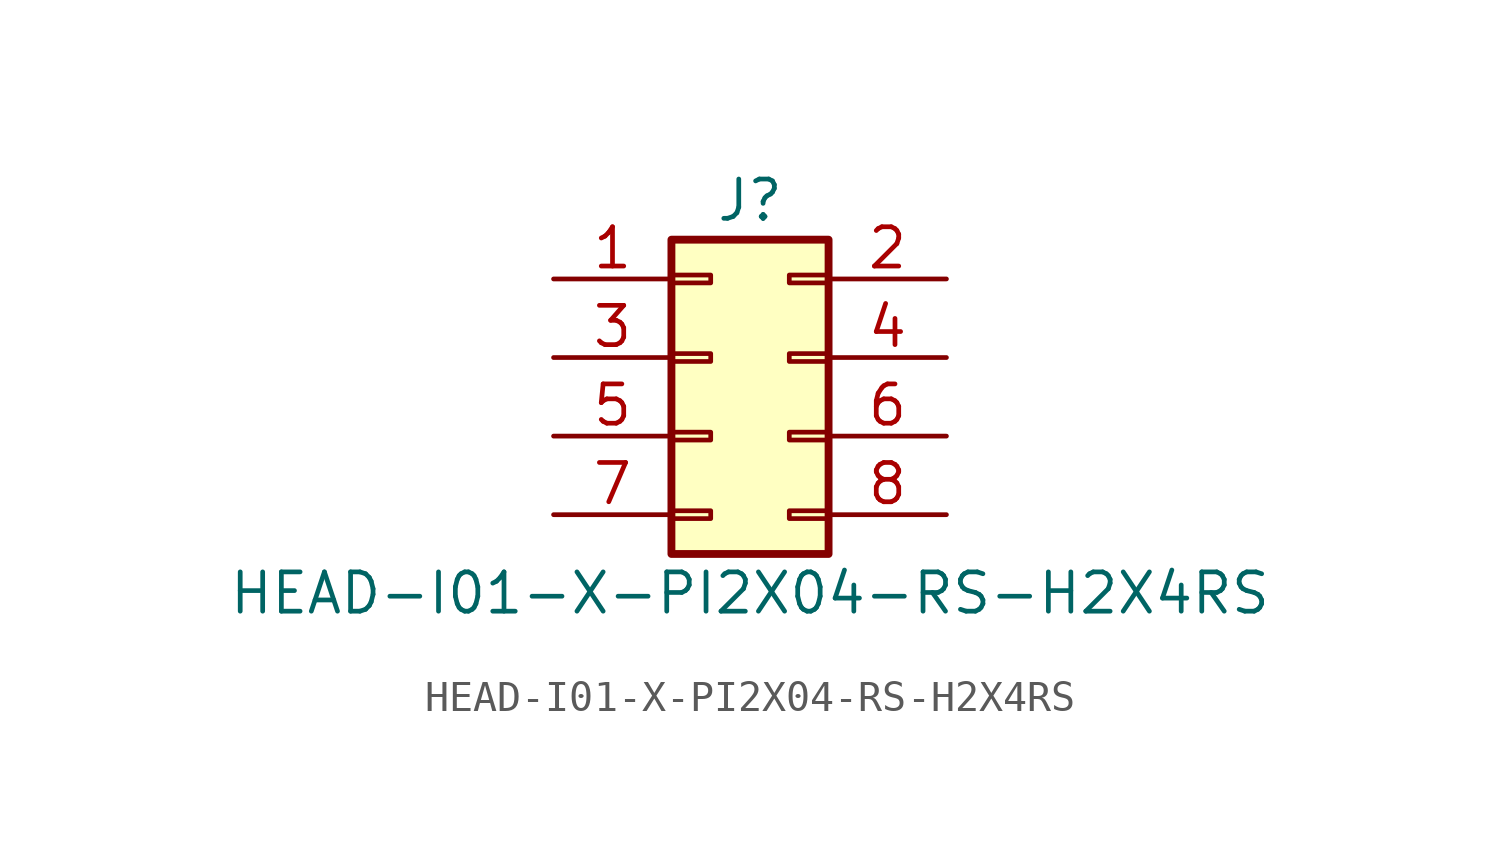
<source format=kicad_sym>
(kicad_symbol_lib
  (version 20211014)
  (generator kicad_symbol_editor)
  (symbol "HEAD-I01-X-PI2X04-RS-H2X4RS"
    (pin_names
      (offset 1.016) hide)
    (property "Reference" "J"
      (at 1.27 5.08 0)
      (effects (font (size 1.27 1.27))))
    (property "Value" "HEAD-I01-X-PI2X04-RS-H2X4RS"
      (at 1.27 -7.62 0)
      (effects (font (size 1.27 1.27))))
    (symbol "HEAD-I01-X-PI2X04-RS-H2X4RS_1_1"
      (rectangle (start -1.27 -4.953) (end 0 -5.207) (stroke (width 0.152) (type default) (color 0 0 0 0)) (fill (type none)))
      (rectangle (start -1.27 -2.413) (end 0 -2.667) (stroke (width 0.152) (type default) (color 0 0 0 0)) (fill (type none)))
      (rectangle (start -1.27 0.127) (end 0 -0.127) (stroke (width 0.152) (type default) (color 0 0 0 0)) (fill (type none)))
      (rectangle (start -1.27 2.667) (end 0 2.413) (stroke (width 0.152) (type default) (color 0 0 0 0)) (fill (type none)))
      (rectangle (start -1.27 3.81) (end 3.81 -6.35) (stroke (width 0.254) (type default) (color 0 0 0 0)) (fill (type background)))
      (rectangle (start 3.81 -4.953) (end 2.54 -5.207) (stroke (width 0.152) (type default) (color 0 0 0 0)) (fill (type none)))
      (rectangle (start 3.81 -2.413) (end 2.54 -2.667) (stroke (width 0.152) (type default) (color 0 0 0 0)) (fill (type none)))
      (rectangle (start 3.81 0.127) (end 2.54 -0.127) (stroke (width 0.152) (type default) (color 0 0 0 0)) (fill (type none)))
      (rectangle (start 3.81 2.667) (end 2.54 2.413) (stroke (width 0.152) (type default) (color 0 0 0 0)) (fill (type none)))
      (pin passive line (at -5.08 2.54 0) (length 3.81) (name "Pin_1" (effects (font (size 1.27 1.27)))) (number "1" (effects (font (size 1.27 1.27)))))
      (pin passive line (at 7.62 2.54 180) (length 3.81) (name "Pin_2" (effects (font (size 1.27 1.27)))) (number "2" (effects (font (size 1.27 1.27)))))
      (pin passive line (at -5.08 0 0) (length 3.81) (name "Pin_3" (effects (font (size 1.27 1.27)))) (number "3" (effects (font (size 1.27 1.27)))))
      (pin passive line (at 7.62 0 180) (length 3.81) (name "Pin_4" (effects (font (size 1.27 1.27)))) (number "4" (effects (font (size 1.27 1.27)))))
      (pin passive line (at -5.08 -2.54 0) (length 3.81) (name "Pin_5" (effects (font (size 1.27 1.27)))) (number "5" (effects (font (size 1.27 1.27)))))
      (pin passive line (at 7.62 -2.54 180) (length 3.81) (name "Pin_6" (effects (font (size 1.27 1.27)))) (number "6" (effects (font (size 1.27 1.27)))))
      (pin passive line (at -5.08 -5.08 0) (length 3.81) (name "Pin_7" (effects (font (size 1.27 1.27)))) (number "7" (effects (font (size 1.27 1.27)))))
      (pin passive line (at 7.62 -5.08 180) (length 3.81) (name "Pin_8" (effects (font (size 1.27 1.27)))) (number "8" (effects (font (size 1.27 1.27))))))))
</source>
